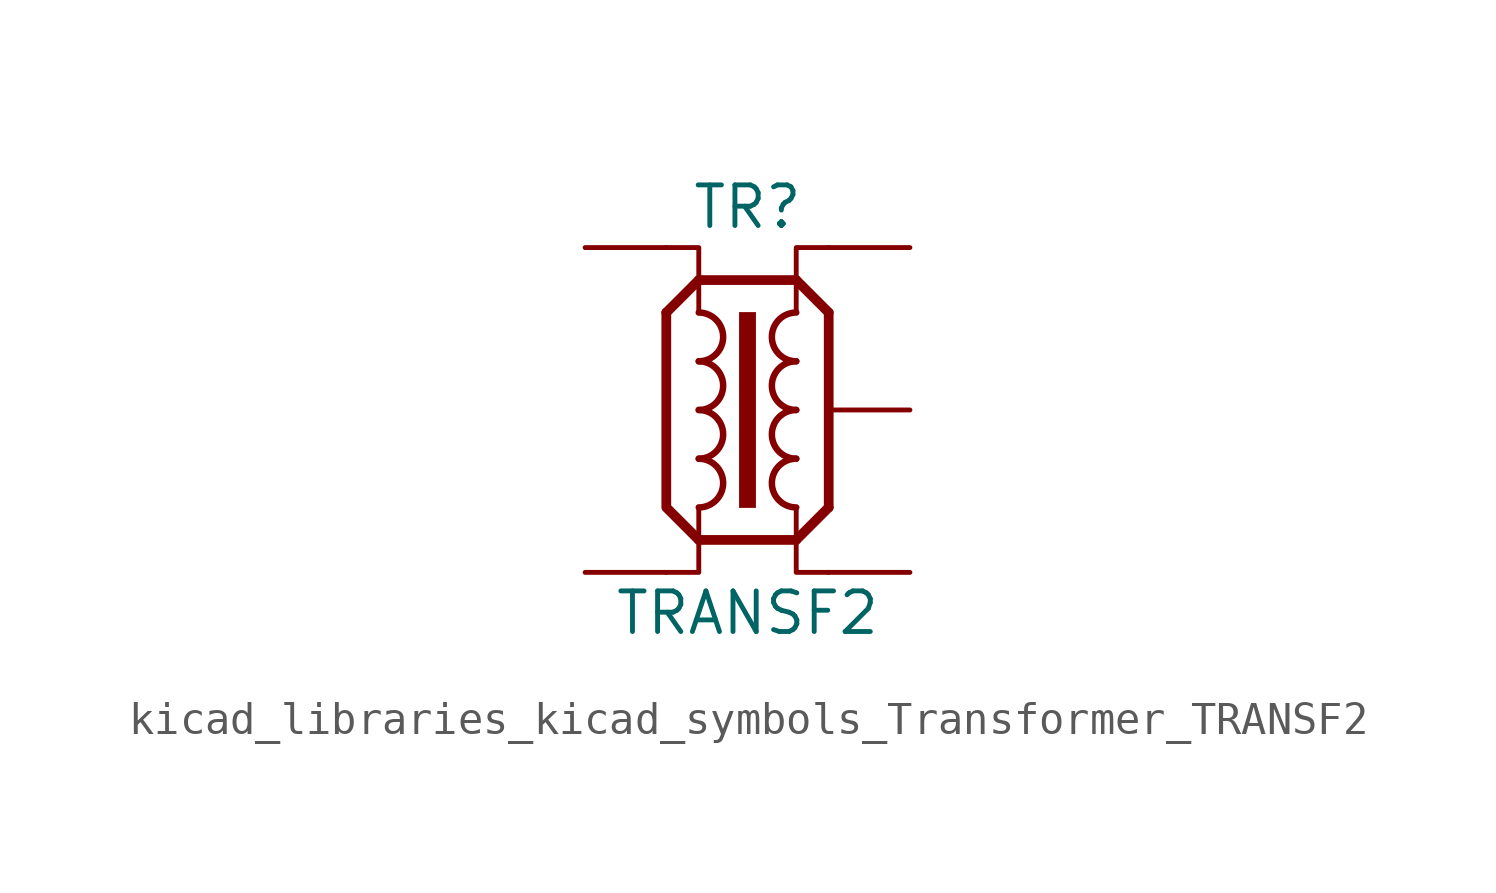
<source format=kicad_sym>
(kicad_symbol_lib
  (version 20220914)
  (generator kicad_symbol_editor)
  (symbol "kicad_libraries_kicad_symbols_Transformer_TRANSF2"
    (pin_numbers hide)
    (pin_names
      (offset 0))
    (property "Reference" "TR"
      (at 0 6.35 0)
      (effects (font (size 1.27 1.27))))
    (property "Value" "TRANSF2"
      (at 0 -6.35 0)
      (effects (font (size 1.27 1.27))))
    (symbol "kicad_libraries_kicad_symbols_Transformer_TRANSF2_0_1"
      (arc (start -1.524 -3.048) (mid -0.7653 -2.286) (end -1.524 -1.524) (stroke (width 0.2032) (type default)) (fill (type none)))
      (arc (start -1.524 -1.524) (mid -0.7653 -0.762) (end -1.524 0) (stroke (width 0.2032) (type default)) (fill (type none)))
      (arc (start -1.524 0) (mid -0.7653 0.762) (end -1.524 1.524) (stroke (width 0.2032) (type default)) (fill (type none)))
      (arc (start -1.524 1.524) (mid -0.7653 2.286) (end -1.524 3.048) (stroke (width 0.2032) (type default)) (fill (type none)))
      (rectangle (start -0.254 3.048) (end 0.254 -3.048) (stroke (width 0.025) (type default)) (fill (type outline)))
      (polyline (pts (xy -2.54 3.048) (xy -1.524 4.064) (xy -1.524 4.064)) (stroke (width 0.305) (type default)) (fill (type none)))
      (polyline (pts (xy 2.54 -3.048) (xy 1.524 -4.064) (xy 1.524 -4.064)) (stroke (width 0.305) (type default)) (fill (type none)))
      (polyline (pts (xy 2.54 3.048) (xy 2.54 -3.048) (xy 2.54 -3.048)) (stroke (width 0.305) (type default)) (fill (type none)))
      (polyline (pts (xy -2.54 5.08) (xy -1.524 5.08) (xy -1.524 3.048) (xy -1.524 3.048)) (stroke (width 0.152) (type default)) (fill (type none)))
      (polyline (pts (xy -1.524 -4.064) (xy -2.54 -3.048) (xy -2.54 3.048) (xy -2.54 3.048)) (stroke (width 0.305) (type default)) (fill (type none)))
      (polyline (pts (xy -1.524 -3.048) (xy -1.524 -5.08) (xy -2.54 -5.08) (xy -2.54 -5.08)) (stroke (width 0.152) (type default)) (fill (type none)))
      (polyline (pts (xy -1.524 4.064) (xy 1.524 4.064) (xy 1.524 4.064) (xy 1.524 4.064)) (stroke (width 0.305) (type default)) (fill (type none)))
      (polyline (pts (xy 1.524 -4.064) (xy -1.524 -4.064) (xy -1.524 -4.064) (xy -1.524 -4.064)) (stroke (width 0.305) (type default)) (fill (type none)))
      (polyline (pts (xy 1.524 3.048) (xy 1.524 5.08) (xy 2.54 5.08) (xy 2.54 5.08)) (stroke (width 0.152) (type default)) (fill (type none)))
      (polyline (pts (xy 2.54 -5.08) (xy 1.524 -5.08) (xy 1.524 -3.048) (xy 1.524 -3.048)) (stroke (width 0.152) (type default)) (fill (type none)))
      (polyline (pts (xy 1.524 4.064) (xy 2.54 3.048) (xy 2.54 3.048) (xy 2.54 3.048) (xy 2.54 3.048)) (stroke (width 0.305) (type default)) (fill (type none)))
      (arc (start 1.524 -1.524) (mid 0.7653 -2.286) (end 1.524 -3.048) (stroke (width 0.2032) (type default)) (fill (type none)))
      (arc (start 1.524 0) (mid 0.7653 -0.762) (end 1.524 -1.524) (stroke (width 0.2032) (type default)) (fill (type none)))
      (arc (start 1.524 1.524) (mid 0.7653 0.762) (end 1.524 0) (stroke (width 0.2032) (type default)) (fill (type none)))
      (arc (start 1.524 3.048) (mid 0.7653 2.286) (end 1.524 1.524) (stroke (width 0.2032) (type default)) (fill (type none))))
    (symbol "kicad_libraries_kicad_symbols_Transformer_TRANSF2_1_1"
      (pin passive line (at 5.08 0 180) (length 2.54) (name "~" (effects (font (size 1.27 1.27)))) (number "0" (effects (font (size 1.27 1.27)))))
      (pin passive line (at -5.08 5.08 0) (length 2.54) (name "~" (effects (font (size 1.27 1.27)))) (number "1" (effects (font (size 1.27 1.27)))))
      (pin passive line (at -5.08 -5.08 0) (length 2.54) (name "~" (effects (font (size 1.27 1.27)))) (number "2" (effects (font (size 1.27 1.27)))))
      (pin passive line (at 5.08 -5.08 180) (length 2.54) (name "~" (effects (font (size 1.27 1.27)))) (number "3" (effects (font (size 1.27 1.27)))))
      (pin passive line (at 5.08 5.08 180) (length 2.54) (name "~" (effects (font (size 1.27 1.27)))) (number "4" (effects (font (size 1.27 1.27))))))))
</source>
